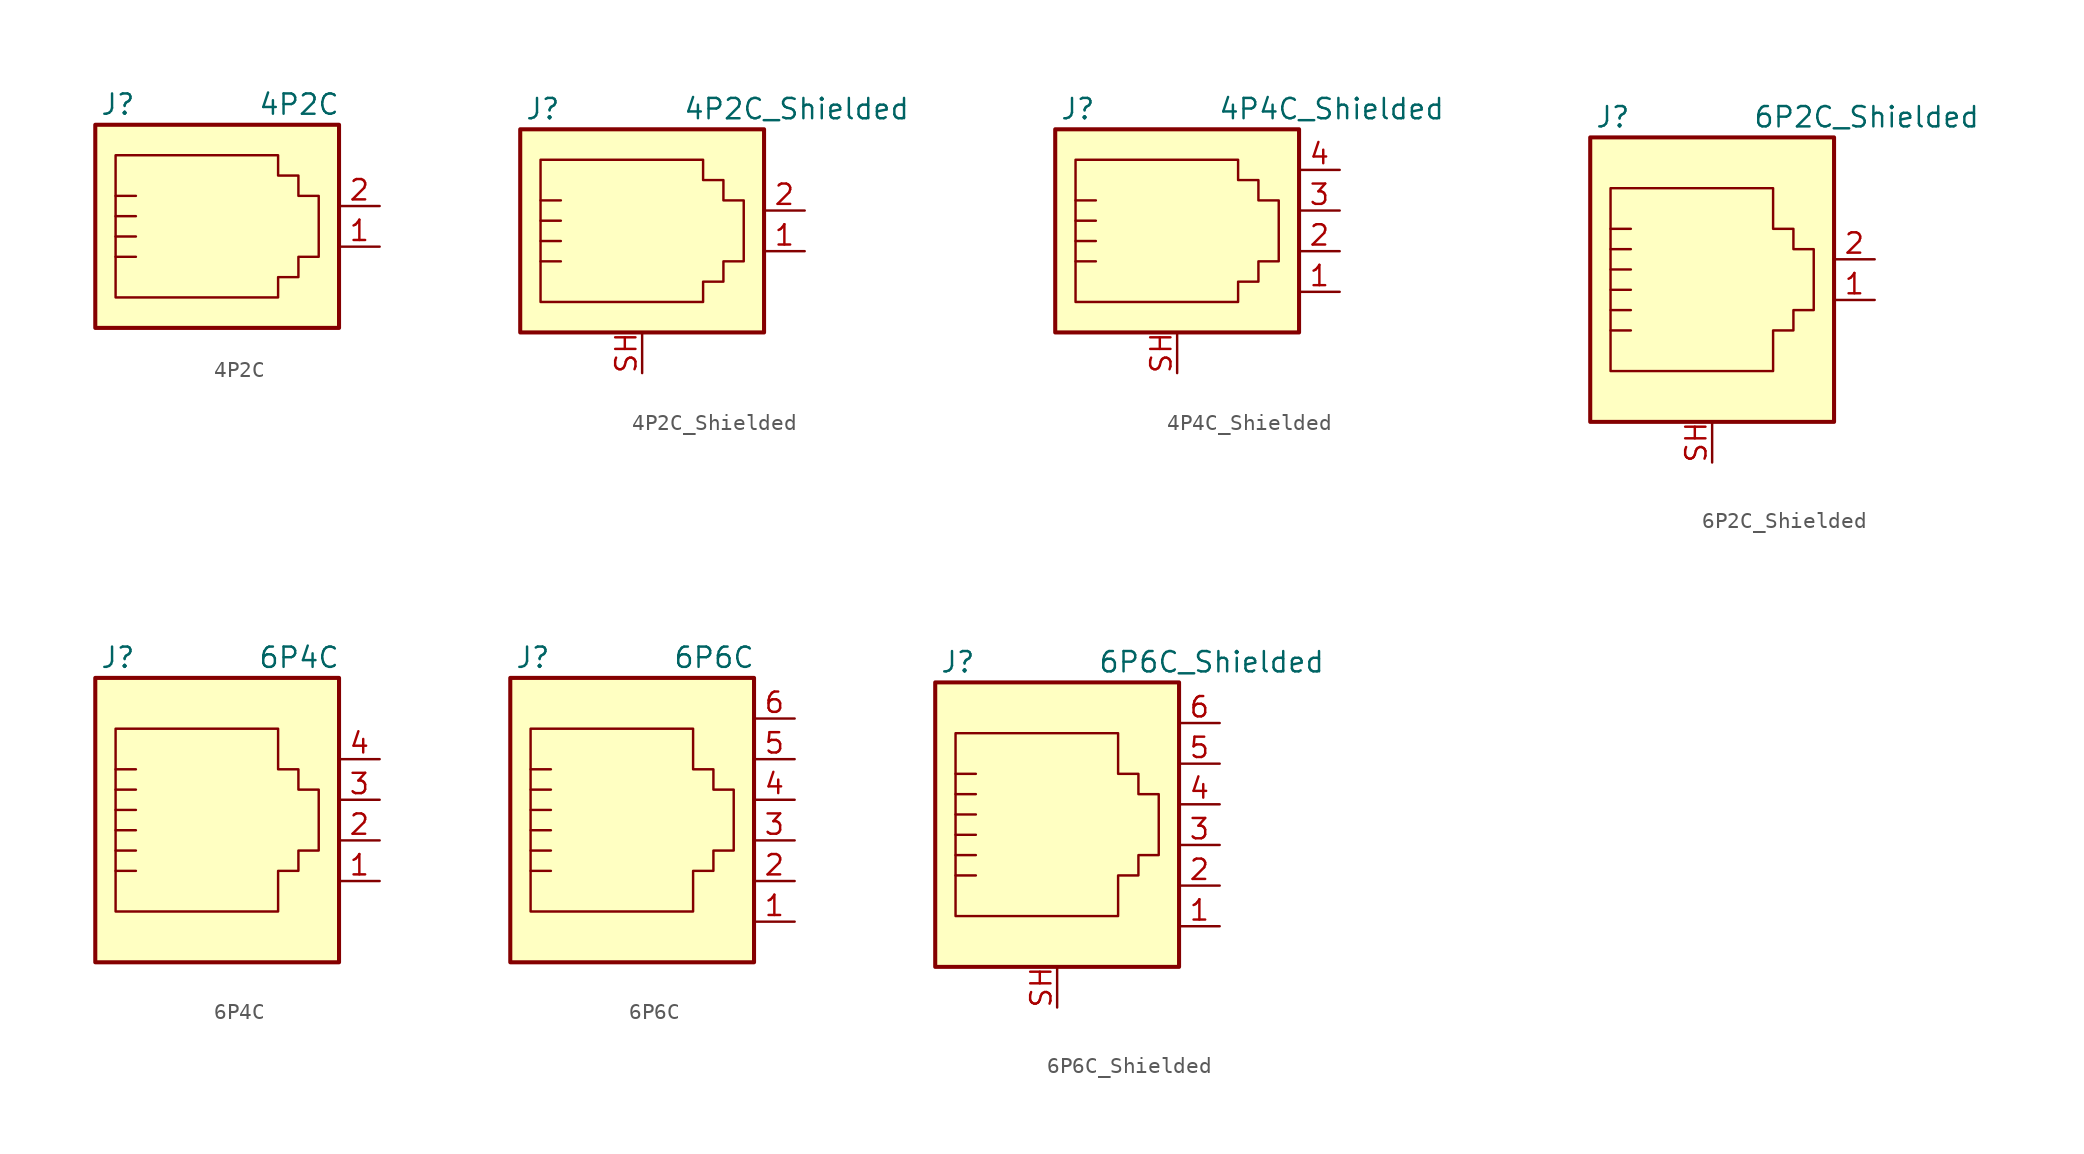
<source format=kicad_sym>
(kicad_symbol_lib
  (version 20211014)
  (generator kicad_symbol_editor)
  (symbol "4P2C"
    (pin_names
      (offset 1.016))
    (property "Reference" "J"
      (at -5.08 8.89 0)
      (effects (font (size 1.27 1.27)) (justify right)))
    (property "Value" "4P2C"
      (at 2.54 8.89 0)
      (effects (font (size 1.27 1.27)) (justify left)))
    (symbol "4P2C_0_1"
      (polyline (pts (xy -6.35 -0.635) (xy -5.08 -0.635) (xy -5.08 -0.635)) (stroke (width 0) (type default) (color 0 0 0 0)) (fill (type none)))
      (polyline (pts (xy -6.35 0.635) (xy -5.08 0.635) (xy -5.08 0.635)) (stroke (width 0) (type default) (color 0 0 0 0)) (fill (type none)))
      (polyline (pts (xy -6.35 1.905) (xy -5.08 1.905) (xy -5.08 1.905)) (stroke (width 0) (type default) (color 0 0 0 0)) (fill (type none)))
      (polyline (pts (xy -6.35 3.175) (xy -5.08 3.175) (xy -5.08 3.175)) (stroke (width 0) (type default) (color 0 0 0 0)) (fill (type none)))
      (polyline (pts (xy -6.35 -3.175) (xy -6.35 5.715) (xy -1.27 5.715) (xy 3.81 5.715) (xy 3.81 4.445) (xy 5.08 4.445) (xy 5.08 3.175) (xy 6.35 3.175) (xy 6.35 -0.635) (xy 5.08 -0.635) (xy 5.08 -1.905) (xy 3.81 -1.905) (xy 3.81 -3.175) (xy -6.35 -3.175) (xy -6.35 -3.175)) (stroke (width 0) (type default) (color 0 0 0 0)) (fill (type none)))
      (rectangle (start 7.62 7.62) (end -7.62 -5.08) (stroke (width 0.254) (type default) (color 0 0 0 0)) (fill (type background))))
    (symbol "4P2C_1_1"
      (pin passive line (at 10.16 0 180) (length 2.54) (name "~" (effects (font (size 1.27 1.27)))) (number "1" (effects (font (size 1.27 1.27)))))
      (pin passive line (at 10.16 2.54 180) (length 2.54) (name "~" (effects (font (size 1.27 1.27)))) (number "2" (effects (font (size 1.27 1.27)))))))
  (symbol "4P2C_Shielded"
    (pin_names
      (offset 1.016))
    (property "Reference" "J"
      (at -5.08 8.89 0)
      (effects (font (size 1.27 1.27)) (justify right)))
    (property "Value" "4P2C_Shielded"
      (at 2.54 8.89 0)
      (effects (font (size 1.27 1.27)) (justify left)))
    (symbol "4P2C_Shielded_0_1"
      (polyline (pts (xy -6.35 -0.635) (xy -5.08 -0.635) (xy -5.08 -0.635)) (stroke (width 0) (type default) (color 0 0 0 0)) (fill (type none)))
      (polyline (pts (xy -6.35 0.635) (xy -5.08 0.635) (xy -5.08 0.635)) (stroke (width 0) (type default) (color 0 0 0 0)) (fill (type none)))
      (polyline (pts (xy -6.35 1.905) (xy -5.08 1.905) (xy -5.08 1.905)) (stroke (width 0) (type default) (color 0 0 0 0)) (fill (type none)))
      (polyline (pts (xy -6.35 3.175) (xy -5.08 3.175) (xy -5.08 3.175)) (stroke (width 0) (type default) (color 0 0 0 0)) (fill (type none)))
      (polyline (pts (xy -6.35 -3.175) (xy -6.35 5.715) (xy -1.27 5.715) (xy 3.81 5.715) (xy 3.81 4.445) (xy 5.08 4.445) (xy 5.08 3.175) (xy 6.35 3.175) (xy 6.35 -0.635) (xy 5.08 -0.635) (xy 5.08 -1.905) (xy 3.81 -1.905) (xy 3.81 -3.175) (xy -6.35 -3.175) (xy -6.35 -3.175)) (stroke (width 0) (type default) (color 0 0 0 0)) (fill (type none)))
      (rectangle (start 7.62 7.62) (end -7.62 -5.08) (stroke (width 0.254) (type default) (color 0 0 0 0)) (fill (type background))))
    (symbol "4P2C_Shielded_1_1"
      (pin passive line (at 10.16 0 180) (length 2.54) (name "~" (effects (font (size 1.27 1.27)))) (number "1" (effects (font (size 1.27 1.27)))))
      (pin passive line (at 10.16 2.54 180) (length 2.54) (name "~" (effects (font (size 1.27 1.27)))) (number "2" (effects (font (size 1.27 1.27)))))
      (pin passive line (at 0 -7.62 90) (length 2.54) (name "~" (effects (font (size 1.27 1.27)))) (number "SH" (effects (font (size 1.27 1.27)))))))
  (symbol "4P4C_Shielded"
    (pin_names
      (offset 1.016))
    (property "Reference" "J"
      (at -5.08 8.89 0)
      (effects (font (size 1.27 1.27)) (justify right)))
    (property "Value" "4P4C_Shielded"
      (at 2.54 8.89 0)
      (effects (font (size 1.27 1.27)) (justify left)))
    (symbol "4P4C_Shielded_0_1"
      (polyline (pts (xy -6.35 -0.635) (xy -5.08 -0.635) (xy -5.08 -0.635)) (stroke (width 0) (type default) (color 0 0 0 0)) (fill (type none)))
      (polyline (pts (xy -6.35 0.635) (xy -5.08 0.635) (xy -5.08 0.635)) (stroke (width 0) (type default) (color 0 0 0 0)) (fill (type none)))
      (polyline (pts (xy -6.35 1.905) (xy -5.08 1.905) (xy -5.08 1.905)) (stroke (width 0) (type default) (color 0 0 0 0)) (fill (type none)))
      (polyline (pts (xy -6.35 3.175) (xy -5.08 3.175) (xy -5.08 3.175)) (stroke (width 0) (type default) (color 0 0 0 0)) (fill (type none)))
      (polyline (pts (xy -6.35 -3.175) (xy -6.35 5.715) (xy -1.27 5.715) (xy 3.81 5.715) (xy 3.81 4.445) (xy 5.08 4.445) (xy 5.08 3.175) (xy 6.35 3.175) (xy 6.35 -0.635) (xy 5.08 -0.635) (xy 5.08 -1.905) (xy 3.81 -1.905) (xy 3.81 -3.175) (xy -6.35 -3.175) (xy -6.35 -3.175)) (stroke (width 0) (type default) (color 0 0 0 0)) (fill (type none)))
      (rectangle (start 7.62 7.62) (end -7.62 -5.08) (stroke (width 0.254) (type default) (color 0 0 0 0)) (fill (type background))))
    (symbol "4P4C_Shielded_1_1"
      (pin passive line (at 10.16 -2.54 180) (length 2.54) (name "~" (effects (font (size 1.27 1.27)))) (number "1" (effects (font (size 1.27 1.27)))))
      (pin passive line (at 10.16 0 180) (length 2.54) (name "~" (effects (font (size 1.27 1.27)))) (number "2" (effects (font (size 1.27 1.27)))))
      (pin passive line (at 10.16 2.54 180) (length 2.54) (name "~" (effects (font (size 1.27 1.27)))) (number "3" (effects (font (size 1.27 1.27)))))
      (pin passive line (at 10.16 5.08 180) (length 2.54) (name "~" (effects (font (size 1.27 1.27)))) (number "4" (effects (font (size 1.27 1.27)))))
      (pin passive line (at 0 -7.62 90) (length 2.54) (name "~" (effects (font (size 1.27 1.27)))) (number "SH" (effects (font (size 1.27 1.27)))))))
  (symbol "6P2C_Shielded"
    (pin_names
      (offset 1.016))
    (property "Reference" "J"
      (at -5.08 11.43 0)
      (effects (font (size 1.27 1.27)) (justify right)))
    (property "Value" "6P2C_Shielded"
      (at 2.54 11.43 0)
      (effects (font (size 1.27 1.27)) (justify left)))
    (symbol "6P2C_Shielded_0_1"
      (polyline (pts (xy -6.35 -1.905) (xy -5.08 -1.905) (xy -5.08 -1.905)) (stroke (width 0) (type default) (color 0 0 0 0)) (fill (type none)))
      (polyline (pts (xy -6.35 -0.635) (xy -5.08 -0.635) (xy -5.08 -0.635)) (stroke (width 0) (type default) (color 0 0 0 0)) (fill (type none)))
      (polyline (pts (xy -6.35 0.635) (xy -5.08 0.635) (xy -5.08 0.635)) (stroke (width 0) (type default) (color 0 0 0 0)) (fill (type none)))
      (polyline (pts (xy -6.35 1.905) (xy -5.08 1.905) (xy -5.08 1.905)) (stroke (width 0) (type default) (color 0 0 0 0)) (fill (type none)))
      (polyline (pts (xy -6.35 3.175) (xy -5.08 3.175) (xy -5.08 3.175)) (stroke (width 0) (type default) (color 0 0 0 0)) (fill (type none)))
      (polyline (pts (xy -5.08 4.445) (xy -6.35 4.445) (xy -6.35 4.445)) (stroke (width 0) (type default) (color 0 0 0 0)) (fill (type none)))
      (polyline (pts (xy -6.35 -4.445) (xy -6.35 6.985) (xy 3.81 6.985) (xy 3.81 4.445) (xy 5.08 4.445) (xy 5.08 3.175) (xy 6.35 3.175) (xy 6.35 -0.635) (xy 5.08 -0.635) (xy 5.08 -1.905) (xy 3.81 -1.905) (xy 3.81 -4.445) (xy -6.35 -4.445) (xy -6.35 -4.445)) (stroke (width 0) (type default) (color 0 0 0 0)) (fill (type none)))
      (rectangle (start 7.62 10.16) (end -7.62 -7.62) (stroke (width 0.254) (type default) (color 0 0 0 0)) (fill (type background))))
    (symbol "6P2C_Shielded_1_1"
      (pin passive line (at 10.16 0 180) (length 2.54) (name "~" (effects (font (size 1.27 1.27)))) (number "1" (effects (font (size 1.27 1.27)))))
      (pin passive line (at 10.16 2.54 180) (length 2.54) (name "~" (effects (font (size 1.27 1.27)))) (number "2" (effects (font (size 1.27 1.27)))))
      (pin passive line (at 0 -10.16 90) (length 2.54) (name "~" (effects (font (size 1.27 1.27)))) (number "SH" (effects (font (size 1.27 1.27)))))))
  (symbol "6P4C"
    (pin_names
      (offset 1.016))
    (property "Reference" "J"
      (at -5.08 11.43 0)
      (effects (font (size 1.27 1.27)) (justify right)))
    (property "Value" "6P4C"
      (at 2.54 11.43 0)
      (effects (font (size 1.27 1.27)) (justify left)))
    (symbol "6P4C_0_1"
      (polyline (pts (xy -6.35 -1.905) (xy -5.08 -1.905) (xy -5.08 -1.905)) (stroke (width 0) (type default) (color 0 0 0 0)) (fill (type none)))
      (polyline (pts (xy -6.35 -0.635) (xy -5.08 -0.635) (xy -5.08 -0.635)) (stroke (width 0) (type default) (color 0 0 0 0)) (fill (type none)))
      (polyline (pts (xy -6.35 0.635) (xy -5.08 0.635) (xy -5.08 0.635)) (stroke (width 0) (type default) (color 0 0 0 0)) (fill (type none)))
      (polyline (pts (xy -6.35 1.905) (xy -5.08 1.905) (xy -5.08 1.905)) (stroke (width 0) (type default) (color 0 0 0 0)) (fill (type none)))
      (polyline (pts (xy -6.35 3.175) (xy -5.08 3.175) (xy -5.08 3.175)) (stroke (width 0) (type default) (color 0 0 0 0)) (fill (type none)))
      (polyline (pts (xy -5.08 4.445) (xy -6.35 4.445) (xy -6.35 4.445)) (stroke (width 0) (type default) (color 0 0 0 0)) (fill (type none)))
      (polyline (pts (xy -6.35 -4.445) (xy -6.35 6.985) (xy 3.81 6.985) (xy 3.81 4.445) (xy 5.08 4.445) (xy 5.08 3.175) (xy 6.35 3.175) (xy 6.35 -0.635) (xy 5.08 -0.635) (xy 5.08 -1.905) (xy 3.81 -1.905) (xy 3.81 -4.445) (xy -6.35 -4.445) (xy -6.35 -4.445)) (stroke (width 0) (type default) (color 0 0 0 0)) (fill (type none)))
      (rectangle (start 7.62 10.16) (end -7.62 -7.62) (stroke (width 0.254) (type default) (color 0 0 0 0)) (fill (type background))))
    (symbol "6P4C_1_1"
      (pin passive line (at 10.16 -2.54 180) (length 2.54) (name "~" (effects (font (size 1.27 1.27)))) (number "1" (effects (font (size 1.27 1.27)))))
      (pin passive line (at 10.16 0 180) (length 2.54) (name "~" (effects (font (size 1.27 1.27)))) (number "2" (effects (font (size 1.27 1.27)))))
      (pin passive line (at 10.16 2.54 180) (length 2.54) (name "~" (effects (font (size 1.27 1.27)))) (number "3" (effects (font (size 1.27 1.27)))))
      (pin passive line (at 10.16 5.08 180) (length 2.54) (name "~" (effects (font (size 1.27 1.27)))) (number "4" (effects (font (size 1.27 1.27)))))))
  (symbol "6P6C"
    (pin_names
      (offset 1.016))
    (property "Reference" "J"
      (at -5.08 11.43 0)
      (effects (font (size 1.27 1.27)) (justify right)))
    (property "Value" "6P6C"
      (at 2.54 11.43 0)
      (effects (font (size 1.27 1.27)) (justify left)))
    (symbol "6P6C_0_1"
      (polyline (pts (xy -6.35 -1.905) (xy -5.08 -1.905) (xy -5.08 -1.905)) (stroke (width 0) (type default) (color 0 0 0 0)) (fill (type none)))
      (polyline (pts (xy -6.35 -0.635) (xy -5.08 -0.635) (xy -5.08 -0.635)) (stroke (width 0) (type default) (color 0 0 0 0)) (fill (type none)))
      (polyline (pts (xy -6.35 0.635) (xy -5.08 0.635) (xy -5.08 0.635)) (stroke (width 0) (type default) (color 0 0 0 0)) (fill (type none)))
      (polyline (pts (xy -6.35 1.905) (xy -5.08 1.905) (xy -5.08 1.905)) (stroke (width 0) (type default) (color 0 0 0 0)) (fill (type none)))
      (polyline (pts (xy -6.35 3.175) (xy -5.08 3.175) (xy -5.08 3.175)) (stroke (width 0) (type default) (color 0 0 0 0)) (fill (type none)))
      (polyline (pts (xy -5.08 4.445) (xy -6.35 4.445) (xy -6.35 4.445)) (stroke (width 0) (type default) (color 0 0 0 0)) (fill (type none)))
      (polyline (pts (xy -6.35 -4.445) (xy -6.35 6.985) (xy 3.81 6.985) (xy 3.81 4.445) (xy 5.08 4.445) (xy 5.08 3.175) (xy 6.35 3.175) (xy 6.35 -0.635) (xy 5.08 -0.635) (xy 5.08 -1.905) (xy 3.81 -1.905) (xy 3.81 -4.445) (xy -6.35 -4.445) (xy -6.35 -4.445)) (stroke (width 0) (type default) (color 0 0 0 0)) (fill (type none)))
      (rectangle (start 7.62 10.16) (end -7.62 -7.62) (stroke (width 0.254) (type default) (color 0 0 0 0)) (fill (type background))))
    (symbol "6P6C_1_1"
      (pin passive line (at 10.16 -5.08 180) (length 2.54) (name "~" (effects (font (size 1.27 1.27)))) (number "1" (effects (font (size 1.27 1.27)))))
      (pin passive line (at 10.16 -2.54 180) (length 2.54) (name "~" (effects (font (size 1.27 1.27)))) (number "2" (effects (font (size 1.27 1.27)))))
      (pin passive line (at 10.16 0 180) (length 2.54) (name "~" (effects (font (size 1.27 1.27)))) (number "3" (effects (font (size 1.27 1.27)))))
      (pin passive line (at 10.16 2.54 180) (length 2.54) (name "~" (effects (font (size 1.27 1.27)))) (number "4" (effects (font (size 1.27 1.27)))))
      (pin passive line (at 10.16 5.08 180) (length 2.54) (name "~" (effects (font (size 1.27 1.27)))) (number "5" (effects (font (size 1.27 1.27)))))
      (pin passive line (at 10.16 7.62 180) (length 2.54) (name "~" (effects (font (size 1.27 1.27)))) (number "6" (effects (font (size 1.27 1.27)))))))
  (symbol "6P6C_Shielded"
    (pin_names
      (offset 1.016))
    (property "Reference" "J"
      (at -5.08 11.43 0)
      (effects (font (size 1.27 1.27)) (justify right)))
    (property "Value" "6P6C_Shielded"
      (at 2.54 11.43 0)
      (effects (font (size 1.27 1.27)) (justify left)))
    (symbol "6P6C_Shielded_0_1"
      (polyline (pts (xy -6.35 -1.905) (xy -5.08 -1.905) (xy -5.08 -1.905)) (stroke (width 0) (type default) (color 0 0 0 0)) (fill (type none)))
      (polyline (pts (xy -6.35 -0.635) (xy -5.08 -0.635) (xy -5.08 -0.635)) (stroke (width 0) (type default) (color 0 0 0 0)) (fill (type none)))
      (polyline (pts (xy -6.35 0.635) (xy -5.08 0.635) (xy -5.08 0.635)) (stroke (width 0) (type default) (color 0 0 0 0)) (fill (type none)))
      (polyline (pts (xy -6.35 1.905) (xy -5.08 1.905) (xy -5.08 1.905)) (stroke (width 0) (type default) (color 0 0 0 0)) (fill (type none)))
      (polyline (pts (xy -6.35 3.175) (xy -5.08 3.175) (xy -5.08 3.175)) (stroke (width 0) (type default) (color 0 0 0 0)) (fill (type none)))
      (polyline (pts (xy -5.08 4.445) (xy -6.35 4.445) (xy -6.35 4.445)) (stroke (width 0) (type default) (color 0 0 0 0)) (fill (type none)))
      (polyline (pts (xy -6.35 -4.445) (xy -6.35 6.985) (xy 3.81 6.985) (xy 3.81 4.445) (xy 5.08 4.445) (xy 5.08 3.175) (xy 6.35 3.175) (xy 6.35 -0.635) (xy 5.08 -0.635) (xy 5.08 -1.905) (xy 3.81 -1.905) (xy 3.81 -4.445) (xy -6.35 -4.445) (xy -6.35 -4.445)) (stroke (width 0) (type default) (color 0 0 0 0)) (fill (type none)))
      (rectangle (start 7.62 10.16) (end -7.62 -7.62) (stroke (width 0.254) (type default) (color 0 0 0 0)) (fill (type background))))
    (symbol "6P6C_Shielded_1_1"
      (pin passive line (at 10.16 -5.08 180) (length 2.54) (name "~" (effects (font (size 1.27 1.27)))) (number "1" (effects (font (size 1.27 1.27)))))
      (pin passive line (at 10.16 -2.54 180) (length 2.54) (name "~" (effects (font (size 1.27 1.27)))) (number "2" (effects (font (size 1.27 1.27)))))
      (pin passive line (at 10.16 0 180) (length 2.54) (name "~" (effects (font (size 1.27 1.27)))) (number "3" (effects (font (size 1.27 1.27)))))
      (pin passive line (at 10.16 2.54 180) (length 2.54) (name "~" (effects (font (size 1.27 1.27)))) (number "4" (effects (font (size 1.27 1.27)))))
      (pin passive line (at 10.16 5.08 180) (length 2.54) (name "~" (effects (font (size 1.27 1.27)))) (number "5" (effects (font (size 1.27 1.27)))))
      (pin passive line (at 10.16 7.62 180) (length 2.54) (name "~" (effects (font (size 1.27 1.27)))) (number "6" (effects (font (size 1.27 1.27)))))
      (pin passive line (at 0 -10.16 90) (length 2.54) (name "~" (effects (font (size 1.27 1.27)))) (number "SH" (effects (font (size 1.27 1.27))))))))
</source>
